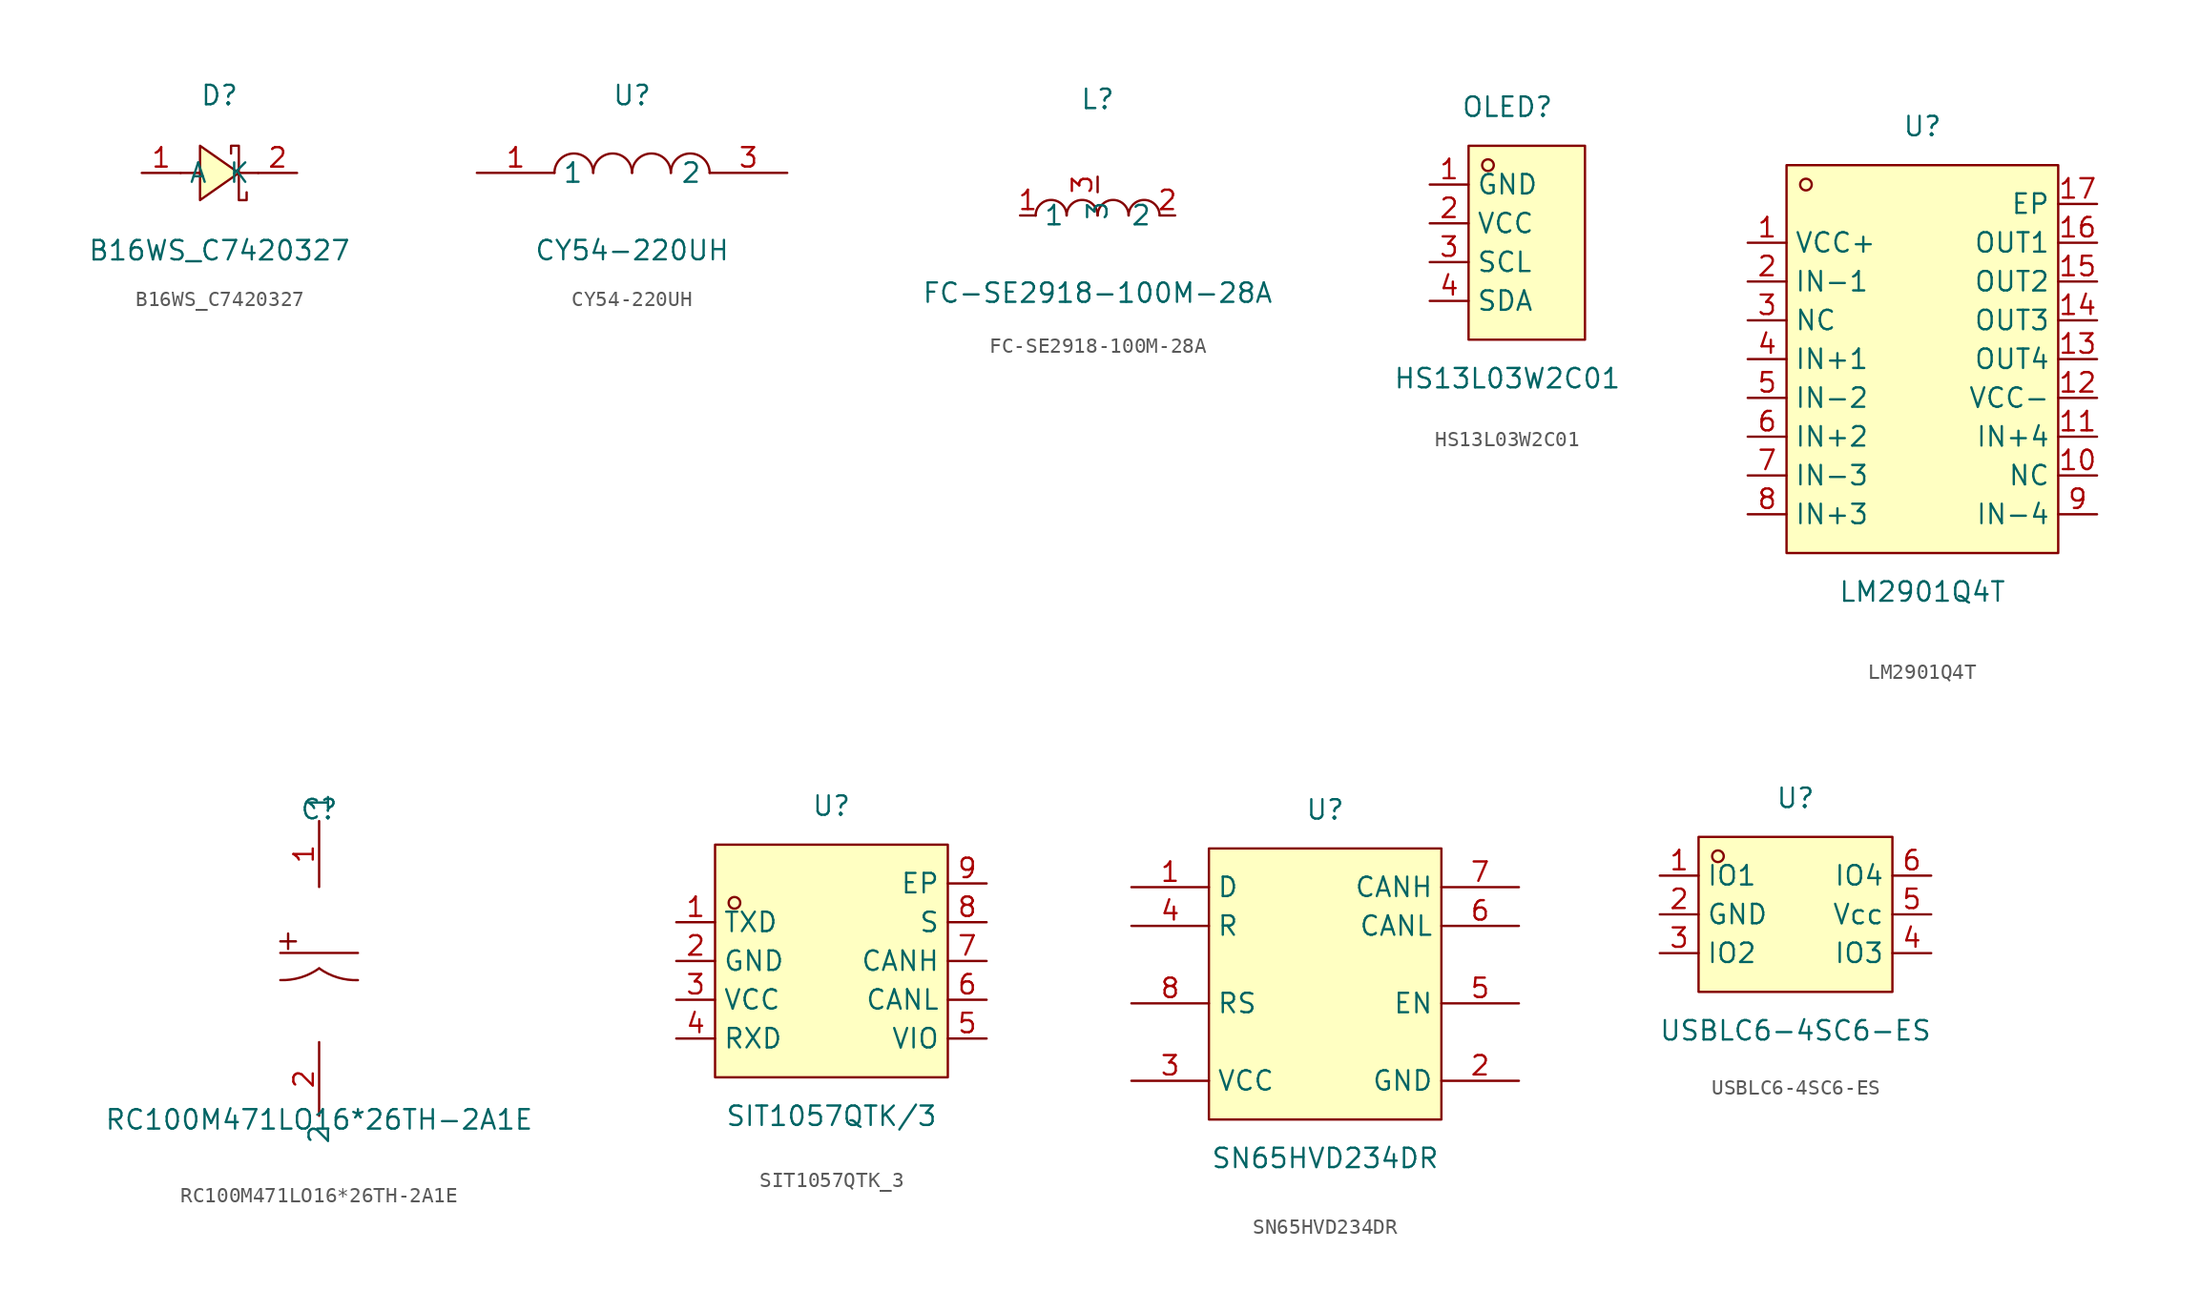
<source format=kicad_sym>
(kicad_symbol_lib
  (version 20211014)
  (generator https://github.com/uPesy/easyeda2kicad.py)
  (symbol "B16WS_C7420327"
    (property "Reference" "D"
      (at 0 5.08 0)
      (effects (font (size 1.27 1.27))))
    (property "Value" "B16WS_C7420327"
      (at 0 -5.08 0)
      (effects (font (size 1.27 1.27))))
    (symbol "B16WS_C7420327_0_1"
      (polyline (pts (xy -1.27 -1.78) (xy 1.27 -0.00) (xy -1.27 1.78) (xy -1.27 -1.78)) (stroke (width 0) (type default) (color 0 0 0 0)) (fill (type background)))
      (polyline (pts (xy 1.78 -1.27) (xy 1.78 -1.78) (xy 1.27 -1.78) (xy 1.27 1.78) (xy 0.76 1.78) (xy 0.76 1.27)) (stroke (width 0) (type default) (color 0 0 0 0)) (fill (type none)))
      (polyline (pts (xy -2.54 -0.00) (xy -1.27 -0.00)) (stroke (width 0) (type default) (color 0 0 0 0)) (fill (type none)))
      (polyline (pts (xy 1.27 -0.00) (xy 2.54 -0.00)) (stroke (width 0) (type default) (color 0 0 0 0)) (fill (type none)))
      (pin unspecified line (at -5.08 -0.00 0) (length 2.54) (name "A" (effects (font (size 1.27 1.27)))) (number "1" (effects (font (size 1.27 1.27)))))
      (pin unspecified line (at 5.08 -0.00 180) (length 2.54) (name "K" (effects (font (size 1.27 1.27)))) (number "2" (effects (font (size 1.27 1.27)))))))
  (symbol "CY54-220UH"
    (property "Reference" "U"
      (at 0 5.08 0)
      (effects (font (size 1.27 1.27))))
    (property "Value" "CY54-220UH"
      (at 0 -5.08 0)
      (effects (font (size 1.27 1.27))))
    (symbol "CY54-220UH_0_1"
      (arc (start 2.54 0.00) (mid 4.08 1.24) (end 5.08 0.00) (stroke (width 0) (type default) (color 0 0 0 0)) (fill (type none)))
      (arc (start 0.00 0.00) (mid 1.54 1.24) (end 2.54 0.00) (stroke (width 0) (type default) (color 0 0 0 0)) (fill (type none)))
      (arc (start -2.54 0.00) (mid -1.00 1.24) (end 0.00 0.00) (stroke (width 0) (type default) (color 0 0 0 0)) (fill (type none)))
      (arc (start -5.08 0.00) (mid -3.54 1.24) (end -2.54 0.00) (stroke (width 0) (type default) (color 0 0 0 0)) (fill (type none)))
      (pin unspecified line (at -10.16 -0.00 0) (length 5.08) (name "1" (effects (font (size 1.27 1.27)))) (number "1" (effects (font (size 1.27 1.27)))))
      (pin unspecified line (at 10.16 -0.00 180) (length 5.08) (name "2" (effects (font (size 1.27 1.27)))) (number "3" (effects (font (size 1.27 1.27)))))))
  (symbol "FC-SE2918-100M-28A"
    (property "Reference" "L"
      (at 0 7.62 0)
      (effects (font (size 1.27 1.27))))
    (property "Value" "FC-SE2918-100M-28A"
      (at 0 -5.08 0)
      (effects (font (size 1.27 1.27))))
    (symbol "FC-SE2918-100M-28A_0_1"
      (arc (start -4.06 -0.01) (mid -2.83 0.99) (end -2.03 0.01) (stroke (width 0) (type default) (color 0 0 0 0)) (fill (type none)))
      (arc (start -2.03 -0.01) (mid -0.80 0.99) (end 0.00 0.01) (stroke (width 0) (type default) (color 0 0 0 0)) (fill (type none)))
      (arc (start 2.03 -0.01) (mid 3.26 0.99) (end 4.06 0.01) (stroke (width 0) (type default) (color 0 0 0 0)) (fill (type none)))
      (arc (start 0.00 -0.01) (mid 1.23 0.99) (end 2.03 0.01) (stroke (width 0) (type default) (color 0 0 0 0)) (fill (type none)))
      (pin unspecified line (at 5.08 -0.00 180) (length 1.016) (name "2" (effects (font (size 1.27 1.27)))) (number "2" (effects (font (size 1.27 1.27)))))
      (pin unspecified line (at -5.08 -0.00 0) (length 1.016) (name "1" (effects (font (size 1.27 1.27)))) (number "1" (effects (font (size 1.27 1.27)))))
      (pin unspecified line (at 0.00 2.54 270) (length 1.016) (name "3" (effects (font (size 1.27 1.27)))) (number "3" (effects (font (size 1.27 1.27)))))))
  (symbol "HS13L03W2C01"
    (property "Reference" "OLED"
      (at 0 8.89 0)
      (effects (font (size 1.27 1.27))))
    (property "Value" "HS13L03W2C01"
      (at 0 -8.89 0)
      (effects (font (size 1.27 1.27))))
    (symbol "HS13L03W2C01_0_1"
      (rectangle (start -2.54 6.35) (end 5.08 -6.35) (stroke (width 0) (type default) (color 0 0 0 0)) (fill (type background)))
      (circle (center -1.27 5.08) (radius 0.38) (stroke (width 0) (type default) (color 0 0 0 0)) (fill (type none)))
      (pin unspecified line (at -5.08 3.81 0) (length 2.54) (name "GND" (effects (font (size 1.27 1.27)))) (number "1" (effects (font (size 1.27 1.27)))))
      (pin unspecified line (at -5.08 1.27 0) (length 2.54) (name "VCC" (effects (font (size 1.27 1.27)))) (number "2" (effects (font (size 1.27 1.27)))))
      (pin unspecified line (at -5.08 -1.27 0) (length 2.54) (name "SCL" (effects (font (size 1.27 1.27)))) (number "3" (effects (font (size 1.27 1.27)))))
      (pin unspecified line (at -5.08 -3.81 0) (length 2.54) (name "SDA" (effects (font (size 1.27 1.27)))) (number "4" (effects (font (size 1.27 1.27)))))))
  (symbol "LM2901Q4T"
    (property "Reference" "U"
      (at 0 15.24 0)
      (effects (font (size 1.27 1.27))))
    (property "Value" "LM2901Q4T"
      (at 0 -15.24 0)
      (effects (font (size 1.27 1.27))))
    (symbol "LM2901Q4T_0_1"
      (rectangle (start -8.89 12.70) (end 8.89 -12.70) (stroke (width 0) (type default) (color 0 0 0 0)) (fill (type background)))
      (circle (center -7.62 11.43) (radius 0.38) (stroke (width 0) (type default) (color 0 0 0 0)) (fill (type none)))
      (pin unspecified line (at -11.43 7.62 0) (length 2.54) (name "VCC+" (effects (font (size 1.27 1.27)))) (number "1" (effects (font (size 1.27 1.27)))))
      (pin unspecified line (at -11.43 5.08 0) (length 2.54) (name "IN-1" (effects (font (size 1.27 1.27)))) (number "2" (effects (font (size 1.27 1.27)))))
      (pin unspecified line (at -11.43 2.54 0) (length 2.54) (name "NC" (effects (font (size 1.27 1.27)))) (number "3" (effects (font (size 1.27 1.27)))))
      (pin unspecified line (at -11.43 -0.00 0) (length 2.54) (name "IN+1" (effects (font (size 1.27 1.27)))) (number "4" (effects (font (size 1.27 1.27)))))
      (pin unspecified line (at -11.43 -2.54 0) (length 2.54) (name "IN-2" (effects (font (size 1.27 1.27)))) (number "5" (effects (font (size 1.27 1.27)))))
      (pin unspecified line (at -11.43 -5.08 0) (length 2.54) (name "IN+2" (effects (font (size 1.27 1.27)))) (number "6" (effects (font (size 1.27 1.27)))))
      (pin unspecified line (at -11.43 -7.62 0) (length 2.54) (name "IN-3" (effects (font (size 1.27 1.27)))) (number "7" (effects (font (size 1.27 1.27)))))
      (pin unspecified line (at -11.43 -10.16 0) (length 2.54) (name "IN+3" (effects (font (size 1.27 1.27)))) (number "8" (effects (font (size 1.27 1.27)))))
      (pin unspecified line (at 11.43 -10.16 180) (length 2.54) (name "IN-4" (effects (font (size 1.27 1.27)))) (number "9" (effects (font (size 1.27 1.27)))))
      (pin unspecified line (at 11.43 -7.62 180) (length 2.54) (name "NC" (effects (font (size 1.27 1.27)))) (number "10" (effects (font (size 1.27 1.27)))))
      (pin unspecified line (at 11.43 -5.08 180) (length 2.54) (name "IN+4" (effects (font (size 1.27 1.27)))) (number "11" (effects (font (size 1.27 1.27)))))
      (pin unspecified line (at 11.43 -2.54 180) (length 2.54) (name "VCC-" (effects (font (size 1.27 1.27)))) (number "12" (effects (font (size 1.27 1.27)))))
      (pin unspecified line (at 11.43 -0.00 180) (length 2.54) (name "OUT4" (effects (font (size 1.27 1.27)))) (number "13" (effects (font (size 1.27 1.27)))))
      (pin unspecified line (at 11.43 2.54 180) (length 2.54) (name "OUT3" (effects (font (size 1.27 1.27)))) (number "14" (effects (font (size 1.27 1.27)))))
      (pin unspecified line (at 11.43 5.08 180) (length 2.54) (name "OUT2" (effects (font (size 1.27 1.27)))) (number "15" (effects (font (size 1.27 1.27)))))
      (pin unspecified line (at 11.43 7.62 180) (length 2.54) (name "OUT1" (effects (font (size 1.27 1.27)))) (number "16" (effects (font (size 1.27 1.27)))))
      (pin unspecified line (at 11.43 10.16 180) (length 2.54) (name "EP" (effects (font (size 1.27 1.27)))) (number "17" (effects (font (size 1.27 1.27)))))))
  (symbol "RC100M471LO16*26TH-2A1E"
    (property "Reference" "C"
      (at 0 10.16 0)
      (effects (font (size 1.27 1.27))))
    (property "Value" "RC100M471LO16*26TH-2A1E"
      (at 0 -10.16 0)
      (effects (font (size 1.27 1.27))))
    (symbol "RC100M471LO16*26TH-2A1E_0_1"
      (rectangle (start -2.54 1.52) (end -1.52 1.52) (stroke (width 0) (type default) (color 0 0 0 0)) (fill (type background)))
      (rectangle (start -2.03 2.03) (end -2.03 1.02) (stroke (width 0) (type default) (color 0 0 0 0)) (fill (type background)))
      (arc (start 0.00 -0.25) (mid 4.23 -4.70) (end 2.54 -1.02) (stroke (width 0) (type default) (color 0 0 0 0)) (fill (type none)))
      (arc (start -2.54 -1.02) (mid 3.94 -3.72) (end 0.00 -0.25) (stroke (width 0) (type default) (color 0 0 0 0)) (fill (type none)))
      (polyline (pts (xy -2.54 0.76) (xy 2.54 0.76)) (stroke (width 0) (type default) (color 0 0 0 0)) (fill (type none)))
      (pin unspecified line (at 0.00 5.08 90) (length 4.318) (name "1" (effects (font (size 1.27 1.27)))) (number "1" (effects (font (size 1.27 1.27)))))
      (pin unspecified line (at 0.00 -5.08 270) (length 4.826) (name "2" (effects (font (size 1.27 1.27)))) (number "2" (effects (font (size 1.27 1.27)))))))
  (symbol "SIT1057QTK_3"
    (property "Reference" "U"
      (at 0 10.16 0)
      (effects (font (size 1.27 1.27))))
    (property "Value" "SIT1057QTK/3"
      (at 0 -10.16 0)
      (effects (font (size 1.27 1.27))))
    (symbol "SIT1057QTK_3_0_1"
      (rectangle (start -7.62 7.62) (end 7.62 -7.62) (stroke (width 0) (type default) (color 0 0 0 0)) (fill (type background)))
      (circle (center -6.35 3.81) (radius 0.38) (stroke (width 0) (type default) (color 0 0 0 0)) (fill (type none)))
      (pin unspecified line (at -10.16 2.54 0) (length 2.54) (name "TXD" (effects (font (size 1.27 1.27)))) (number "1" (effects (font (size 1.27 1.27)))))
      (pin unspecified line (at -10.16 -0.00 0) (length 2.54) (name "GND" (effects (font (size 1.27 1.27)))) (number "2" (effects (font (size 1.27 1.27)))))
      (pin unspecified line (at -10.16 -2.54 0) (length 2.54) (name "VCC" (effects (font (size 1.27 1.27)))) (number "3" (effects (font (size 1.27 1.27)))))
      (pin unspecified line (at -10.16 -5.08 0) (length 2.54) (name "RXD" (effects (font (size 1.27 1.27)))) (number "4" (effects (font (size 1.27 1.27)))))
      (pin unspecified line (at 10.16 -5.08 180) (length 2.54) (name "VIO" (effects (font (size 1.27 1.27)))) (number "5" (effects (font (size 1.27 1.27)))))
      (pin unspecified line (at 10.16 -2.54 180) (length 2.54) (name "CANL" (effects (font (size 1.27 1.27)))) (number "6" (effects (font (size 1.27 1.27)))))
      (pin unspecified line (at 10.16 -0.00 180) (length 2.54) (name "CANH" (effects (font (size 1.27 1.27)))) (number "7" (effects (font (size 1.27 1.27)))))
      (pin unspecified line (at 10.16 2.54 180) (length 2.54) (name "S" (effects (font (size 1.27 1.27)))) (number "8" (effects (font (size 1.27 1.27)))))
      (pin unspecified line (at 10.16 5.08 180) (length 2.54) (name "EP" (effects (font (size 1.27 1.27)))) (number "9" (effects (font (size 1.27 1.27)))))))
  (symbol "SN65HVD234DR"
    (property "Reference" "U"
      (at 0 11.43 0)
      (effects (font (size 1.27 1.27))))
    (property "Value" "SN65HVD234DR"
      (at 0 -11.43 0)
      (effects (font (size 1.27 1.27))))
    (symbol "SN65HVD234DR_0_1"
      (rectangle (start -7.62 8.89) (end 7.62 -8.89) (stroke (width 0) (type default) (color 0 0 0 0)) (fill (type background)))
      (pin unspecified line (at -12.70 6.35 0) (length 5.08) (name "D" (effects (font (size 1.27 1.27)))) (number "1" (effects (font (size 1.27 1.27)))))
      (pin power_in line (at 12.70 -6.35 180) (length 5.08) (name "GND" (effects (font (size 1.27 1.27)))) (number "2" (effects (font (size 1.27 1.27)))))
      (pin power_in line (at -12.70 -6.35 0) (length 5.08) (name "VCC" (effects (font (size 1.27 1.27)))) (number "3" (effects (font (size 1.27 1.27)))))
      (pin output line (at -12.70 3.81 0) (length 5.08) (name "R" (effects (font (size 1.27 1.27)))) (number "4" (effects (font (size 1.27 1.27)))))
      (pin unspecified line (at 12.70 -1.27 180) (length 5.08) (name "EN" (effects (font (size 1.27 1.27)))) (number "5" (effects (font (size 1.27 1.27)))))
      (pin bidirectional line (at 12.70 3.81 180) (length 5.08) (name "CANL" (effects (font (size 1.27 1.27)))) (number "6" (effects (font (size 1.27 1.27)))))
      (pin bidirectional line (at 12.70 6.35 180) (length 5.08) (name "CANH" (effects (font (size 1.27 1.27)))) (number "7" (effects (font (size 1.27 1.27)))))
      (pin unspecified line (at -12.70 -1.27 0) (length 5.08) (name "RS" (effects (font (size 1.27 1.27)))) (number "8" (effects (font (size 1.27 1.27)))))))
  (symbol "USBLC6-4SC6-ES"
    (property "Reference" "U"
      (at 0 7.62 0)
      (effects (font (size 1.27 1.27))))
    (property "Value" "USBLC6-4SC6-ES"
      (at 0 -7.62 0)
      (effects (font (size 1.27 1.27))))
    (symbol "USBLC6-4SC6-ES_0_1"
      (rectangle (start -6.35 5.08) (end 6.35 -5.08) (stroke (width 0) (type default) (color 0 0 0 0)) (fill (type background)))
      (circle (center -5.08 3.81) (radius 0.38) (stroke (width 0) (type default) (color 0 0 0 0)) (fill (type none)))
      (pin unspecified line (at -8.89 2.54 0) (length 2.54) (name "IO1" (effects (font (size 1.27 1.27)))) (number "1" (effects (font (size 1.27 1.27)))))
      (pin unspecified line (at -8.89 -0.00 0) (length 2.54) (name "GND" (effects (font (size 1.27 1.27)))) (number "2" (effects (font (size 1.27 1.27)))))
      (pin unspecified line (at -8.89 -2.54 0) (length 2.54) (name "IO2" (effects (font (size 1.27 1.27)))) (number "3" (effects (font (size 1.27 1.27)))))
      (pin unspecified line (at 8.89 -2.54 180) (length 2.54) (name "IO3" (effects (font (size 1.27 1.27)))) (number "4" (effects (font (size 1.27 1.27)))))
      (pin unspecified line (at 8.89 -0.00 180) (length 2.54) (name "Vcc" (effects (font (size 1.27 1.27)))) (number "5" (effects (font (size 1.27 1.27)))))
      (pin unspecified line (at 8.89 2.54 180) (length 2.54) (name "IO4" (effects (font (size 1.27 1.27)))) (number "6" (effects (font (size 1.27 1.27))))))))
</source>
